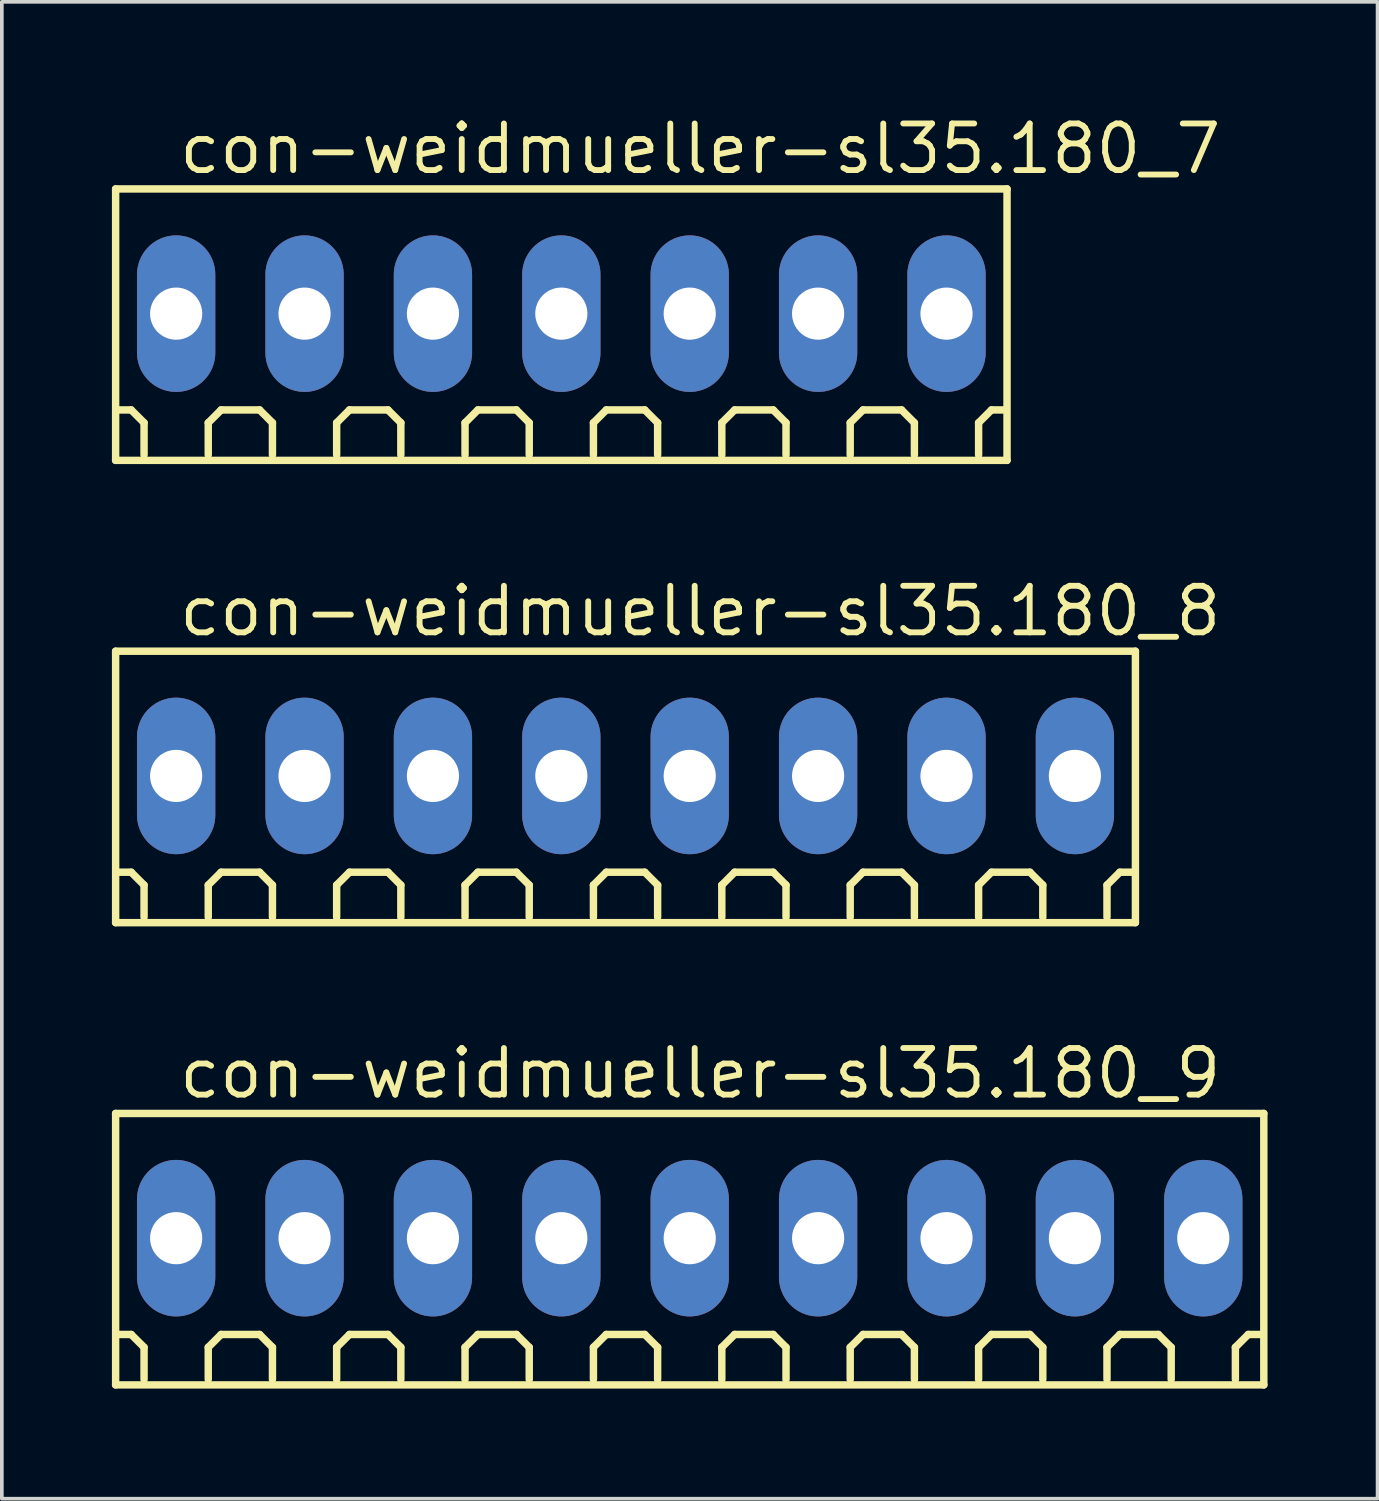
<source format=kicad_pcb>
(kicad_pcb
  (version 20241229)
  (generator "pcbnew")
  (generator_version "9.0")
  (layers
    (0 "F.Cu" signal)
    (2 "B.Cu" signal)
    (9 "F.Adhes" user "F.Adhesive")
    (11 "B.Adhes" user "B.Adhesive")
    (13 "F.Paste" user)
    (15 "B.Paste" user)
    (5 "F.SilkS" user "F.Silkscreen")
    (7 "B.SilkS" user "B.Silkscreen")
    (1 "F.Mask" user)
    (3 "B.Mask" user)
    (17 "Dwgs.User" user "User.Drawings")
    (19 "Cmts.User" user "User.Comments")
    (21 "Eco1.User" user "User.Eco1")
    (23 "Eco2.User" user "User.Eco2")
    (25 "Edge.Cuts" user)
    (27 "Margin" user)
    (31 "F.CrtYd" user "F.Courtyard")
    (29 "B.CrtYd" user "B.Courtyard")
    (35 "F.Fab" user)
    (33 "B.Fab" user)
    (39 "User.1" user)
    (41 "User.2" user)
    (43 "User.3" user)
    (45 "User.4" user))
  (footprint "con-weidmueller-sl35.180_8"
    (layer "F.Cu")
    (at 14.002 18.102)
    (property "Reference" "con-weidmueller-sl35.180_8" (at -12.25 -3.75 0) (layer "F.SilkS") (effects (font (size 1.27 1.27) (thickness 0.16)) (justify left bottom)))
    (attr through_hole)
    (fp_line (start -13.9 -3.4) (end 13.9 -3.4) (stroke (width 0.203) (type default)) (layer "F.SilkS"))
    (fp_line (start -13.9 4) (end -13.9 -3.4) (stroke (width 0.203) (type default)) (layer "F.SilkS"))
    (fp_line (start -13.475 2.625) (end -13.825 2.625) (stroke (width 0.203) (type default)) (layer "F.SilkS"))
    (fp_line (start -13.125 2.975) (end -13.475 2.625) (stroke (width 0.203) (type default)) (layer "F.SilkS"))
    (fp_line (start -13.125 3.85) (end -13.125 2.975) (stroke (width 0.203) (type default)) (layer "F.SilkS"))
    (fp_line (start -11.375 2.975) (end -11.025 2.625) (stroke (width 0.203) (type default)) (layer "F.SilkS"))
    (fp_line (start -11.375 3.85) (end -11.375 2.975) (stroke (width 0.203) (type default)) (layer "F.SilkS"))
    (fp_line (start -11.025 2.625) (end -9.975 2.625) (stroke (width 0.203) (type default)) (layer "F.SilkS"))
    (fp_line (start -9.975 2.625) (end -9.625 2.975) (stroke (width 0.203) (type default)) (layer "F.SilkS"))
    (fp_line (start -9.625 2.975) (end -9.625 3.85) (stroke (width 0.203) (type default)) (layer "F.SilkS"))
    (fp_line (start -7.875 2.975) (end -7.525 2.625) (stroke (width 0.203) (type default)) (layer "F.SilkS"))
    (fp_line (start -7.875 3.85) (end -7.875 2.975) (stroke (width 0.203) (type default)) (layer "F.SilkS"))
    (fp_line (start -7.525 2.625) (end -6.475 2.625) (stroke (width 0.203) (type default)) (layer "F.SilkS"))
    (fp_line (start -6.475 2.625) (end -6.125 2.975) (stroke (width 0.203) (type default)) (layer "F.SilkS"))
    (fp_line (start -6.125 2.975) (end -6.125 3.85) (stroke (width 0.203) (type default)) (layer "F.SilkS"))
    (fp_line (start -4.375 2.975) (end -4.025 2.625) (stroke (width 0.203) (type default)) (layer "F.SilkS"))
    (fp_line (start -4.375 3.85) (end -4.375 2.975) (stroke (width 0.203) (type default)) (layer "F.SilkS"))
    (fp_line (start -4.025 2.625) (end -2.975 2.625) (stroke (width 0.203) (type default)) (layer "F.SilkS"))
    (fp_line (start -2.975 2.625) (end -2.625 2.975) (stroke (width 0.203) (type default)) (layer "F.SilkS"))
    (fp_line (start -2.625 2.975) (end -2.625 3.85) (stroke (width 0.203) (type default)) (layer "F.SilkS"))
    (fp_line (start -0.875 2.975) (end -0.525 2.625) (stroke (width 0.203) (type default)) (layer "F.SilkS"))
    (fp_line (start -0.875 3.85) (end -0.875 2.975) (stroke (width 0.203) (type default)) (layer "F.SilkS"))
    (fp_line (start -0.525 2.625) (end 0.525 2.625) (stroke (width 0.203) (type default)) (layer "F.SilkS"))
    (fp_line (start 0.525 2.625) (end 0.875 2.975) (stroke (width 0.203) (type default)) (layer "F.SilkS"))
    (fp_line (start 0.875 2.975) (end 0.875 3.85) (stroke (width 0.203) (type default)) (layer "F.SilkS"))
    (fp_line (start 2.625 2.975) (end 2.975 2.625) (stroke (width 0.203) (type default)) (layer "F.SilkS"))
    (fp_line (start 2.625 3.85) (end 2.625 2.975) (stroke (width 0.203) (type default)) (layer "F.SilkS"))
    (fp_line (start 2.975 2.625) (end 4.025 2.625) (stroke (width 0.203) (type default)) (layer "F.SilkS"))
    (fp_line (start 4.025 2.625) (end 4.375 2.975) (stroke (width 0.203) (type default)) (layer "F.SilkS"))
    (fp_line (start 4.375 2.975) (end 4.375 3.85) (stroke (width 0.203) (type default)) (layer "F.SilkS"))
    (fp_line (start 6.125 2.975) (end 6.475 2.625) (stroke (width 0.203) (type default)) (layer "F.SilkS"))
    (fp_line (start 6.125 3.85) (end 6.125 2.975) (stroke (width 0.203) (type default)) (layer "F.SilkS"))
    (fp_line (start 6.475 2.625) (end 7.525 2.625) (stroke (width 0.203) (type default)) (layer "F.SilkS"))
    (fp_line (start 7.525 2.625) (end 7.875 2.975) (stroke (width 0.203) (type default)) (layer "F.SilkS"))
    (fp_line (start 7.875 2.975) (end 7.875 3.85) (stroke (width 0.203) (type default)) (layer "F.SilkS"))
    (fp_line (start 9.625 2.975) (end 9.975 2.625) (stroke (width 0.203) (type default)) (layer "F.SilkS"))
    (fp_line (start 9.625 3.85) (end 9.625 2.975) (stroke (width 0.203) (type default)) (layer "F.SilkS"))
    (fp_line (start 9.975 2.625) (end 11.025 2.625) (stroke (width 0.203) (type default)) (layer "F.SilkS"))
    (fp_line (start 11.025 2.625) (end 11.375 2.975) (stroke (width 0.203) (type default)) (layer "F.SilkS"))
    (fp_line (start 11.375 2.975) (end 11.375 3.85) (stroke (width 0.203) (type default)) (layer "F.SilkS"))
    (fp_line (start 13.125 2.975) (end 13.475 2.625) (stroke (width 0.203) (type default)) (layer "F.SilkS"))
    (fp_line (start 13.125 3.85) (end 13.125 2.975) (stroke (width 0.203) (type default)) (layer "F.SilkS"))
    (fp_line (start 13.825 2.625) (end 13.475 2.625) (stroke (width 0.203) (type default)) (layer "F.SilkS"))
    (fp_line (start 13.9 -3.4) (end 13.9 4) (stroke (width 0.203) (type default)) (layer "F.SilkS"))
    (fp_line (start 13.9 4) (end -13.9 4) (stroke (width 0.203) (type default)) (layer "F.SilkS"))
    (pad "1" thru_hole oval (at -12.25 0 90) (size 4.267 2.134) (drill 1.422) (layers "*.Cu" "*.Mask"))
    (pad "2" thru_hole oval (at -8.75 0 90) (size 4.267 2.134) (drill 1.422) (layers "*.Cu" "*.Mask"))
    (pad "3" thru_hole oval (at -5.25 0 90) (size 4.267 2.134) (drill 1.422) (layers "*.Cu" "*.Mask"))
    (pad "4" thru_hole oval (at -1.75 0 90) (size 4.267 2.134) (drill 1.422) (layers "*.Cu" "*.Mask"))
    (pad "5" thru_hole oval (at 1.75 0 90) (size 4.267 2.134) (drill 1.422) (layers "*.Cu" "*.Mask"))
    (pad "6" thru_hole oval (at 5.25 0 90) (size 4.267 2.134) (drill 1.422) (layers "*.Cu" "*.Mask"))
    (pad "7" thru_hole oval (at 8.75 0 90) (size 4.267 2.134) (drill 1.422) (layers "*.Cu" "*.Mask"))
    (pad "8" thru_hole oval (at 12.25 0 90) (size 4.267 2.134) (drill 1.422) (layers "*.Cu" "*.Mask")))
  (footprint "con-weidmueller-sl35.180_7"
    (layer "F.Cu")
    (at 12.252 5.5)
    (property "Reference" "con-weidmueller-sl35.180_7" (at -10.5 -3.75 0) (layer "F.SilkS") (effects (font (size 1.27 1.27) (thickness 0.16)) (justify left bottom)))
    (attr through_hole)
    (fp_line (start -12.15 -3.4) (end 12.15 -3.4) (stroke (width 0.203) (type default)) (layer "F.SilkS"))
    (fp_line (start -12.15 4) (end -12.15 -3.4) (stroke (width 0.203) (type default)) (layer "F.SilkS"))
    (fp_line (start -11.725 2.625) (end -12.075 2.625) (stroke (width 0.203) (type default)) (layer "F.SilkS"))
    (fp_line (start -11.375 2.975) (end -11.725 2.625) (stroke (width 0.203) (type default)) (layer "F.SilkS"))
    (fp_line (start -11.375 3.85) (end -11.375 2.975) (stroke (width 0.203) (type default)) (layer "F.SilkS"))
    (fp_line (start -9.625 2.975) (end -9.275 2.625) (stroke (width 0.203) (type default)) (layer "F.SilkS"))
    (fp_line (start -9.625 3.85) (end -9.625 2.975) (stroke (width 0.203) (type default)) (layer "F.SilkS"))
    (fp_line (start -9.275 2.625) (end -8.225 2.625) (stroke (width 0.203) (type default)) (layer "F.SilkS"))
    (fp_line (start -8.225 2.625) (end -7.875 2.975) (stroke (width 0.203) (type default)) (layer "F.SilkS"))
    (fp_line (start -7.875 2.975) (end -7.875 3.85) (stroke (width 0.203) (type default)) (layer "F.SilkS"))
    (fp_line (start -6.125 2.975) (end -5.775 2.625) (stroke (width 0.203) (type default)) (layer "F.SilkS"))
    (fp_line (start -6.125 3.85) (end -6.125 2.975) (stroke (width 0.203) (type default)) (layer "F.SilkS"))
    (fp_line (start -5.775 2.625) (end -4.725 2.625) (stroke (width 0.203) (type default)) (layer "F.SilkS"))
    (fp_line (start -4.725 2.625) (end -4.375 2.975) (stroke (width 0.203) (type default)) (layer "F.SilkS"))
    (fp_line (start -4.375 2.975) (end -4.375 3.85) (stroke (width 0.203) (type default)) (layer "F.SilkS"))
    (fp_line (start -2.625 2.975) (end -2.275 2.625) (stroke (width 0.203) (type default)) (layer "F.SilkS"))
    (fp_line (start -2.625 3.85) (end -2.625 2.975) (stroke (width 0.203) (type default)) (layer "F.SilkS"))
    (fp_line (start -2.275 2.625) (end -1.225 2.625) (stroke (width 0.203) (type default)) (layer "F.SilkS"))
    (fp_line (start -1.225 2.625) (end -0.875 2.975) (stroke (width 0.203) (type default)) (layer "F.SilkS"))
    (fp_line (start -0.875 2.975) (end -0.875 3.85) (stroke (width 0.203) (type default)) (layer "F.SilkS"))
    (fp_line (start 0.875 2.975) (end 1.225 2.625) (stroke (width 0.203) (type default)) (layer "F.SilkS"))
    (fp_line (start 0.875 3.85) (end 0.875 2.975) (stroke (width 0.203) (type default)) (layer "F.SilkS"))
    (fp_line (start 1.225 2.625) (end 2.275 2.625) (stroke (width 0.203) (type default)) (layer "F.SilkS"))
    (fp_line (start 2.275 2.625) (end 2.625 2.975) (stroke (width 0.203) (type default)) (layer "F.SilkS"))
    (fp_line (start 2.625 2.975) (end 2.625 3.85) (stroke (width 0.203) (type default)) (layer "F.SilkS"))
    (fp_line (start 4.375 2.975) (end 4.725 2.625) (stroke (width 0.203) (type default)) (layer "F.SilkS"))
    (fp_line (start 4.375 3.85) (end 4.375 2.975) (stroke (width 0.203) (type default)) (layer "F.SilkS"))
    (fp_line (start 4.725 2.625) (end 5.775 2.625) (stroke (width 0.203) (type default)) (layer "F.SilkS"))
    (fp_line (start 5.775 2.625) (end 6.125 2.975) (stroke (width 0.203) (type default)) (layer "F.SilkS"))
    (fp_line (start 6.125 2.975) (end 6.125 3.85) (stroke (width 0.203) (type default)) (layer "F.SilkS"))
    (fp_line (start 7.875 2.975) (end 8.225 2.625) (stroke (width 0.203) (type default)) (layer "F.SilkS"))
    (fp_line (start 7.875 3.85) (end 7.875 2.975) (stroke (width 0.203) (type default)) (layer "F.SilkS"))
    (fp_line (start 8.225 2.625) (end 9.275 2.625) (stroke (width 0.203) (type default)) (layer "F.SilkS"))
    (fp_line (start 9.275 2.625) (end 9.625 2.975) (stroke (width 0.203) (type default)) (layer "F.SilkS"))
    (fp_line (start 9.625 2.975) (end 9.625 3.85) (stroke (width 0.203) (type default)) (layer "F.SilkS"))
    (fp_line (start 11.375 2.975) (end 11.725 2.625) (stroke (width 0.203) (type default)) (layer "F.SilkS"))
    (fp_line (start 11.375 3.85) (end 11.375 2.975) (stroke (width 0.203) (type default)) (layer "F.SilkS"))
    (fp_line (start 11.725 2.625) (end 12.075 2.625) (stroke (width 0.203) (type default)) (layer "F.SilkS"))
    (fp_line (start 12.15 -3.4) (end 12.15 4) (stroke (width 0.203) (type default)) (layer "F.SilkS"))
    (fp_line (start 12.15 4) (end -12.15 4) (stroke (width 0.203) (type default)) (layer "F.SilkS"))
    (pad "1" thru_hole oval (at -10.5 0 90) (size 4.267 2.134) (drill 1.422) (layers "*.Cu" "*.Mask"))
    (pad "2" thru_hole oval (at -7 0 90) (size 4.267 2.134) (drill 1.422) (layers "*.Cu" "*.Mask"))
    (pad "3" thru_hole oval (at -3.5 0 90) (size 4.267 2.134) (drill 1.422) (layers "*.Cu" "*.Mask"))
    (pad "4" thru_hole oval (at 0 0 90) (size 4.267 2.134) (drill 1.422) (layers "*.Cu" "*.Mask"))
    (pad "5" thru_hole oval (at 3.5 0 90) (size 4.267 2.134) (drill 1.422) (layers "*.Cu" "*.Mask"))
    (pad "6" thru_hole oval (at 7 0 90) (size 4.267 2.134) (drill 1.422) (layers "*.Cu" "*.Mask"))
    (pad "7" thru_hole oval (at 10.5 0 90) (size 4.267 2.134) (drill 1.422) (layers "*.Cu" "*.Mask")))
  (footprint "con-weidmueller-sl35.180_9"
    (layer "F.Cu")
    (at 15.752 30.703)
    (property "Reference" "con-weidmueller-sl35.180_9" (at -14 -3.75 0) (layer "F.SilkS") (effects (font (size 1.27 1.27) (thickness 0.16)) (justify left bottom)))
    (attr through_hole)
    (fp_line (start -15.65 -3.4) (end 15.65 -3.4) (stroke (width 0.203) (type default)) (layer "F.SilkS"))
    (fp_line (start -15.65 4) (end -15.65 -3.4) (stroke (width 0.203) (type default)) (layer "F.SilkS"))
    (fp_line (start -15.225 2.625) (end -15.575 2.625) (stroke (width 0.203) (type default)) (layer "F.SilkS"))
    (fp_line (start -14.875 2.975) (end -15.225 2.625) (stroke (width 0.203) (type default)) (layer "F.SilkS"))
    (fp_line (start -14.875 3.85) (end -14.875 2.975) (stroke (width 0.203) (type default)) (layer "F.SilkS"))
    (fp_line (start -13.125 2.975) (end -12.775 2.625) (stroke (width 0.203) (type default)) (layer "F.SilkS"))
    (fp_line (start -13.125 3.85) (end -13.125 2.975) (stroke (width 0.203) (type default)) (layer "F.SilkS"))
    (fp_line (start -12.775 2.625) (end -11.725 2.625) (stroke (width 0.203) (type default)) (layer "F.SilkS"))
    (fp_line (start -11.725 2.625) (end -11.375 2.975) (stroke (width 0.203) (type default)) (layer "F.SilkS"))
    (fp_line (start -11.375 2.975) (end -11.375 3.85) (stroke (width 0.203) (type default)) (layer "F.SilkS"))
    (fp_line (start -9.625 2.975) (end -9.275 2.625) (stroke (width 0.203) (type default)) (layer "F.SilkS"))
    (fp_line (start -9.625 3.85) (end -9.625 2.975) (stroke (width 0.203) (type default)) (layer "F.SilkS"))
    (fp_line (start -9.275 2.625) (end -8.225 2.625) (stroke (width 0.203) (type default)) (layer "F.SilkS"))
    (fp_line (start -8.225 2.625) (end -7.875 2.975) (stroke (width 0.203) (type default)) (layer "F.SilkS"))
    (fp_line (start -7.875 2.975) (end -7.875 3.85) (stroke (width 0.203) (type default)) (layer "F.SilkS"))
    (fp_line (start -6.125 2.975) (end -5.775 2.625) (stroke (width 0.203) (type default)) (layer "F.SilkS"))
    (fp_line (start -6.125 3.85) (end -6.125 2.975) (stroke (width 0.203) (type default)) (layer "F.SilkS"))
    (fp_line (start -5.775 2.625) (end -4.725 2.625) (stroke (width 0.203) (type default)) (layer "F.SilkS"))
    (fp_line (start -4.725 2.625) (end -4.375 2.975) (stroke (width 0.203) (type default)) (layer "F.SilkS"))
    (fp_line (start -4.375 2.975) (end -4.375 3.85) (stroke (width 0.203) (type default)) (layer "F.SilkS"))
    (fp_line (start -2.625 2.975) (end -2.275 2.625) (stroke (width 0.203) (type default)) (layer "F.SilkS"))
    (fp_line (start -2.625 3.85) (end -2.625 2.975) (stroke (width 0.203) (type default)) (layer "F.SilkS"))
    (fp_line (start -2.275 2.625) (end -1.225 2.625) (stroke (width 0.203) (type default)) (layer "F.SilkS"))
    (fp_line (start -1.225 2.625) (end -0.875 2.975) (stroke (width 0.203) (type default)) (layer "F.SilkS"))
    (fp_line (start -0.875 2.975) (end -0.875 3.85) (stroke (width 0.203) (type default)) (layer "F.SilkS"))
    (fp_line (start 0.875 2.975) (end 1.225 2.625) (stroke (width 0.203) (type default)) (layer "F.SilkS"))
    (fp_line (start 0.875 3.85) (end 0.875 2.975) (stroke (width 0.203) (type default)) (layer "F.SilkS"))
    (fp_line (start 1.225 2.625) (end 2.275 2.625) (stroke (width 0.203) (type default)) (layer "F.SilkS"))
    (fp_line (start 2.275 2.625) (end 2.625 2.975) (stroke (width 0.203) (type default)) (layer "F.SilkS"))
    (fp_line (start 2.625 2.975) (end 2.625 3.85) (stroke (width 0.203) (type default)) (layer "F.SilkS"))
    (fp_line (start 4.375 2.975) (end 4.725 2.625) (stroke (width 0.203) (type default)) (layer "F.SilkS"))
    (fp_line (start 4.375 3.85) (end 4.375 2.975) (stroke (width 0.203) (type default)) (layer "F.SilkS"))
    (fp_line (start 4.725 2.625) (end 5.775 2.625) (stroke (width 0.203) (type default)) (layer "F.SilkS"))
    (fp_line (start 5.775 2.625) (end 6.125 2.975) (stroke (width 0.203) (type default)) (layer "F.SilkS"))
    (fp_line (start 6.125 2.975) (end 6.125 3.85) (stroke (width 0.203) (type default)) (layer "F.SilkS"))
    (fp_line (start 7.875 2.975) (end 8.225 2.625) (stroke (width 0.203) (type default)) (layer "F.SilkS"))
    (fp_line (start 7.875 3.85) (end 7.875 2.975) (stroke (width 0.203) (type default)) (layer "F.SilkS"))
    (fp_line (start 8.225 2.625) (end 9.275 2.625) (stroke (width 0.203) (type default)) (layer "F.SilkS"))
    (fp_line (start 9.275 2.625) (end 9.625 2.975) (stroke (width 0.203) (type default)) (layer "F.SilkS"))
    (fp_line (start 9.625 2.975) (end 9.625 3.85) (stroke (width 0.203) (type default)) (layer "F.SilkS"))
    (fp_line (start 11.375 2.975) (end 11.725 2.625) (stroke (width 0.203) (type default)) (layer "F.SilkS"))
    (fp_line (start 11.375 3.85) (end 11.375 2.975) (stroke (width 0.203) (type default)) (layer "F.SilkS"))
    (fp_line (start 11.725 2.625) (end 12.775 2.625) (stroke (width 0.203) (type default)) (layer "F.SilkS"))
    (fp_line (start 12.775 2.625) (end 13.125 2.975) (stroke (width 0.203) (type default)) (layer "F.SilkS"))
    (fp_line (start 13.125 2.975) (end 13.125 3.85) (stroke (width 0.203) (type default)) (layer "F.SilkS"))
    (fp_line (start 14.875 2.975) (end 15.225 2.625) (stroke (width 0.203) (type default)) (layer "F.SilkS"))
    (fp_line (start 14.875 3.85) (end 14.875 2.975) (stroke (width 0.203) (type default)) (layer "F.SilkS"))
    (fp_line (start 15.575 2.625) (end 15.225 2.625) (stroke (width 0.203) (type default)) (layer "F.SilkS"))
    (fp_line (start 15.65 -3.4) (end 15.65 4) (stroke (width 0.203) (type default)) (layer "F.SilkS"))
    (fp_line (start 15.65 4) (end -15.65 4) (stroke (width 0.203) (type default)) (layer "F.SilkS"))
    (pad "1" thru_hole oval (at -14 0 90) (size 4.267 2.134) (drill 1.422) (layers "*.Cu" "*.Mask"))
    (pad "2" thru_hole oval (at -10.5 0 90) (size 4.267 2.134) (drill 1.422) (layers "*.Cu" "*.Mask"))
    (pad "3" thru_hole oval (at -7 0 90) (size 4.267 2.134) (drill 1.422) (layers "*.Cu" "*.Mask"))
    (pad "4" thru_hole oval (at -3.5 0 90) (size 4.267 2.134) (drill 1.422) (layers "*.Cu" "*.Mask"))
    (pad "5" thru_hole oval (at 0 0 90) (size 4.267 2.134) (drill 1.422) (layers "*.Cu" "*.Mask"))
    (pad "6" thru_hole oval (at 3.5 0 90) (size 4.267 2.134) (drill 1.422) (layers "*.Cu" "*.Mask"))
    (pad "7" thru_hole oval (at 7 0 90) (size 4.267 2.134) (drill 1.422) (layers "*.Cu" "*.Mask"))
    (pad "8" thru_hole oval (at 10.5 0 90) (size 4.267 2.134) (drill 1.422) (layers "*.Cu" "*.Mask"))
    (pad "9" thru_hole oval (at 14 0 90) (size 4.267 2.134) (drill 1.422) (layers "*.Cu" "*.Mask")))
  (gr_rect
    (start -3 -3)
    (end 34.503 37.805)
    (stroke (width 0.1) (type default))
    (fill no)
    (layer "Edge.Cuts")))
</source>
